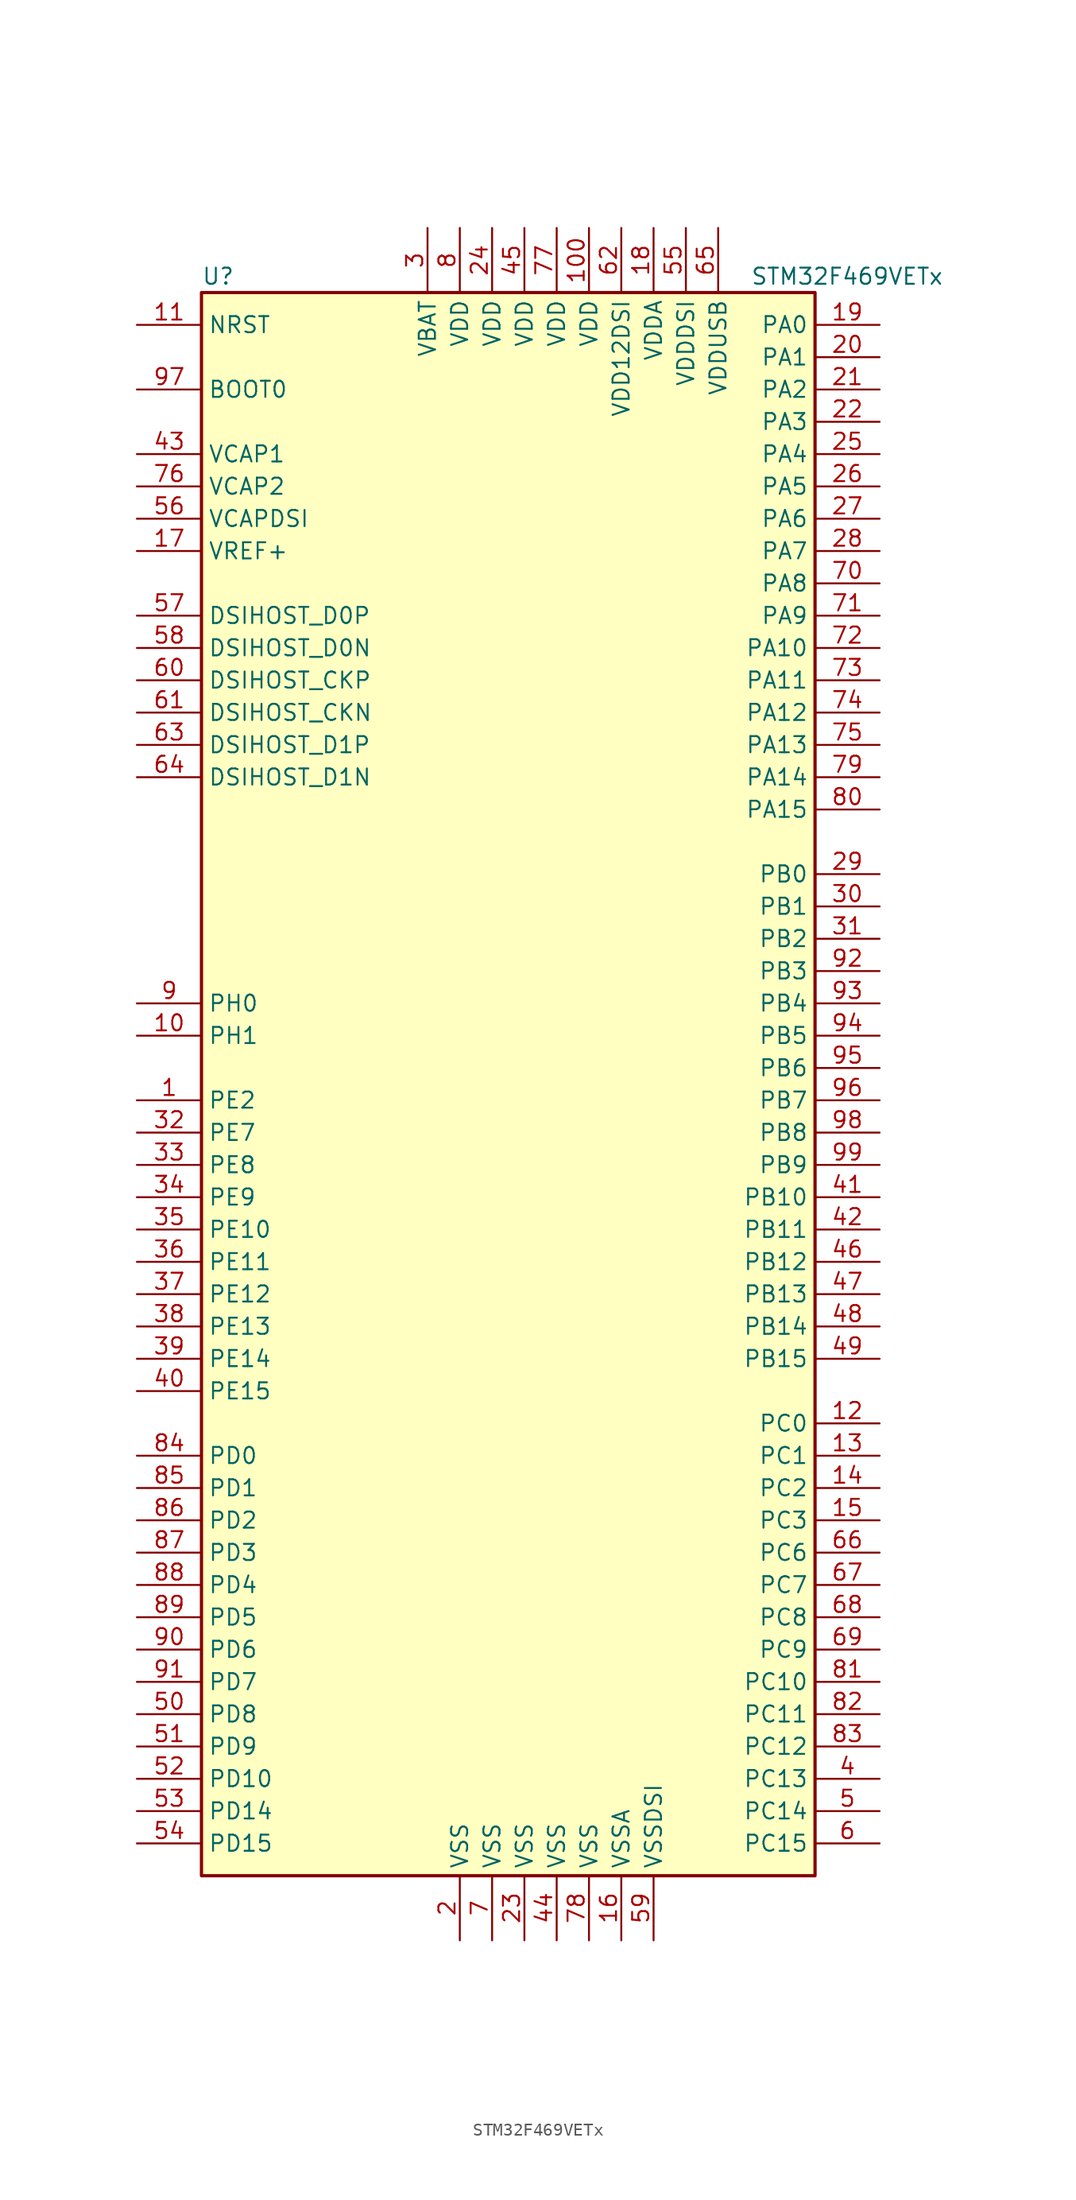
<source format=kicad_sym>
(kicad_symbol_lib
  (version 20201005)
  (generator kicad_symbol_editor)
  (symbol "STM32F469VETx"
    (property "Reference" "U"
      (at -25.4 62.23 0)
      (effects (font (size 1.27 1.27)) (justify left)))
    (property "Value" "STM32F469VETx"
      (at 17.78 62.23 0)
      (effects (font (size 1.27 1.27)) (justify left)))
    (symbol "STM32F469VETx_0_1"
      (rectangle (start -25.4 -63.5) (end 22.86 60.96) (stroke (width 0.254)) (fill (type background))))
    (symbol "STM32F469VETx_1_1"
      (pin input line (at -30.48 53.34 0) (length 5.08) (name "BOOT0" (effects (font (size 1.27 1.27)))) (number "97" (effects (font (size 1.27 1.27)))))
      (pin bidirectional line (at -30.48 27.94 0) (length 5.08) (name "DSIHOST_CKN" (effects (font (size 1.27 1.27)))) (number "61" (effects (font (size 1.27 1.27)))))
      (pin bidirectional line (at -30.48 30.48 0) (length 5.08) (name "DSIHOST_CKP" (effects (font (size 1.27 1.27)))) (number "60" (effects (font (size 1.27 1.27)))))
      (pin bidirectional line (at -30.48 33.02 0) (length 5.08) (name "DSIHOST_D0N" (effects (font (size 1.27 1.27)))) (number "58" (effects (font (size 1.27 1.27)))))
      (pin bidirectional line (at -30.48 35.56 0) (length 5.08) (name "DSIHOST_D0P" (effects (font (size 1.27 1.27)))) (number "57" (effects (font (size 1.27 1.27)))))
      (pin bidirectional line (at -30.48 22.86 0) (length 5.08) (name "DSIHOST_D1N" (effects (font (size 1.27 1.27)))) (number "64" (effects (font (size 1.27 1.27)))))
      (pin bidirectional line (at -30.48 25.4 0) (length 5.08) (name "DSIHOST_D1P" (effects (font (size 1.27 1.27)))) (number "63" (effects (font (size 1.27 1.27)))))
      (pin input line (at -30.48 58.42 0) (length 5.08) (name "NRST" (effects (font (size 1.27 1.27)))) (number "11" (effects (font (size 1.27 1.27)))))
      (pin bidirectional line (at 27.94 58.42 180) (length 5.08) (name "PA0" (effects (font (size 1.27 1.27)))) (number "19" (effects (font (size 1.27 1.27)))))
      (pin bidirectional line (at 27.94 55.88 180) (length 5.08) (name "PA1" (effects (font (size 1.27 1.27)))) (number "20" (effects (font (size 1.27 1.27)))))
      (pin bidirectional line (at 27.94 33.02 180) (length 5.08) (name "PA10" (effects (font (size 1.27 1.27)))) (number "72" (effects (font (size 1.27 1.27)))))
      (pin bidirectional line (at 27.94 30.48 180) (length 5.08) (name "PA11" (effects (font (size 1.27 1.27)))) (number "73" (effects (font (size 1.27 1.27)))))
      (pin bidirectional line (at 27.94 27.94 180) (length 5.08) (name "PA12" (effects (font (size 1.27 1.27)))) (number "74" (effects (font (size 1.27 1.27)))))
      (pin bidirectional line (at 27.94 25.4 180) (length 5.08) (name "PA13" (effects (font (size 1.27 1.27)))) (number "75" (effects (font (size 1.27 1.27)))))
      (pin bidirectional line (at 27.94 22.86 180) (length 5.08) (name "PA14" (effects (font (size 1.27 1.27)))) (number "79" (effects (font (size 1.27 1.27)))))
      (pin bidirectional line (at 27.94 20.32 180) (length 5.08) (name "PA15" (effects (font (size 1.27 1.27)))) (number "80" (effects (font (size 1.27 1.27)))))
      (pin bidirectional line (at 27.94 53.34 180) (length 5.08) (name "PA2" (effects (font (size 1.27 1.27)))) (number "21" (effects (font (size 1.27 1.27)))))
      (pin bidirectional line (at 27.94 50.8 180) (length 5.08) (name "PA3" (effects (font (size 1.27 1.27)))) (number "22" (effects (font (size 1.27 1.27)))))
      (pin bidirectional line (at 27.94 48.26 180) (length 5.08) (name "PA4" (effects (font (size 1.27 1.27)))) (number "25" (effects (font (size 1.27 1.27)))))
      (pin bidirectional line (at 27.94 45.72 180) (length 5.08) (name "PA5" (effects (font (size 1.27 1.27)))) (number "26" (effects (font (size 1.27 1.27)))))
      (pin bidirectional line (at 27.94 43.18 180) (length 5.08) (name "PA6" (effects (font (size 1.27 1.27)))) (number "27" (effects (font (size 1.27 1.27)))))
      (pin bidirectional line (at 27.94 40.64 180) (length 5.08) (name "PA7" (effects (font (size 1.27 1.27)))) (number "28" (effects (font (size 1.27 1.27)))))
      (pin bidirectional line (at 27.94 38.1 180) (length 5.08) (name "PA8" (effects (font (size 1.27 1.27)))) (number "70" (effects (font (size 1.27 1.27)))))
      (pin bidirectional line (at 27.94 35.56 180) (length 5.08) (name "PA9" (effects (font (size 1.27 1.27)))) (number "71" (effects (font (size 1.27 1.27)))))
      (pin bidirectional line (at 27.94 15.24 180) (length 5.08) (name "PB0" (effects (font (size 1.27 1.27)))) (number "29" (effects (font (size 1.27 1.27)))))
      (pin bidirectional line (at 27.94 12.7 180) (length 5.08) (name "PB1" (effects (font (size 1.27 1.27)))) (number "30" (effects (font (size 1.27 1.27)))))
      (pin bidirectional line (at 27.94 -10.16 180) (length 5.08) (name "PB10" (effects (font (size 1.27 1.27)))) (number "41" (effects (font (size 1.27 1.27)))))
      (pin bidirectional line (at 27.94 -12.7 180) (length 5.08) (name "PB11" (effects (font (size 1.27 1.27)))) (number "42" (effects (font (size 1.27 1.27)))))
      (pin bidirectional line (at 27.94 -15.24 180) (length 5.08) (name "PB12" (effects (font (size 1.27 1.27)))) (number "46" (effects (font (size 1.27 1.27)))))
      (pin bidirectional line (at 27.94 -17.78 180) (length 5.08) (name "PB13" (effects (font (size 1.27 1.27)))) (number "47" (effects (font (size 1.27 1.27)))))
      (pin bidirectional line (at 27.94 -20.32 180) (length 5.08) (name "PB14" (effects (font (size 1.27 1.27)))) (number "48" (effects (font (size 1.27 1.27)))))
      (pin bidirectional line (at 27.94 -22.86 180) (length 5.08) (name "PB15" (effects (font (size 1.27 1.27)))) (number "49" (effects (font (size 1.27 1.27)))))
      (pin bidirectional line (at 27.94 10.16 180) (length 5.08) (name "PB2" (effects (font (size 1.27 1.27)))) (number "31" (effects (font (size 1.27 1.27)))))
      (pin bidirectional line (at 27.94 7.62 180) (length 5.08) (name "PB3" (effects (font (size 1.27 1.27)))) (number "92" (effects (font (size 1.27 1.27)))))
      (pin bidirectional line (at 27.94 5.08 180) (length 5.08) (name "PB4" (effects (font (size 1.27 1.27)))) (number "93" (effects (font (size 1.27 1.27)))))
      (pin bidirectional line (at 27.94 2.54 180) (length 5.08) (name "PB5" (effects (font (size 1.27 1.27)))) (number "94" (effects (font (size 1.27 1.27)))))
      (pin bidirectional line (at 27.94 0 180) (length 5.08) (name "PB6" (effects (font (size 1.27 1.27)))) (number "95" (effects (font (size 1.27 1.27)))))
      (pin bidirectional line (at 27.94 -2.54 180) (length 5.08) (name "PB7" (effects (font (size 1.27 1.27)))) (number "96" (effects (font (size 1.27 1.27)))))
      (pin bidirectional line (at 27.94 -5.08 180) (length 5.08) (name "PB8" (effects (font (size 1.27 1.27)))) (number "98" (effects (font (size 1.27 1.27)))))
      (pin bidirectional line (at 27.94 -7.62 180) (length 5.08) (name "PB9" (effects (font (size 1.27 1.27)))) (number "99" (effects (font (size 1.27 1.27)))))
      (pin bidirectional line (at 27.94 -27.94 180) (length 5.08) (name "PC0" (effects (font (size 1.27 1.27)))) (number "12" (effects (font (size 1.27 1.27)))))
      (pin bidirectional line (at 27.94 -30.48 180) (length 5.08) (name "PC1" (effects (font (size 1.27 1.27)))) (number "13" (effects (font (size 1.27 1.27)))))
      (pin bidirectional line (at 27.94 -48.26 180) (length 5.08) (name "PC10" (effects (font (size 1.27 1.27)))) (number "81" (effects (font (size 1.27 1.27)))))
      (pin bidirectional line (at 27.94 -50.8 180) (length 5.08) (name "PC11" (effects (font (size 1.27 1.27)))) (number "82" (effects (font (size 1.27 1.27)))))
      (pin bidirectional line (at 27.94 -53.34 180) (length 5.08) (name "PC12" (effects (font (size 1.27 1.27)))) (number "83" (effects (font (size 1.27 1.27)))))
      (pin bidirectional line (at 27.94 -55.88 180) (length 5.08) (name "PC13" (effects (font (size 1.27 1.27)))) (number "4" (effects (font (size 1.27 1.27)))))
      (pin bidirectional line (at 27.94 -58.42 180) (length 5.08) (name "PC14" (effects (font (size 1.27 1.27)))) (number "5" (effects (font (size 1.27 1.27)))))
      (pin bidirectional line (at 27.94 -60.96 180) (length 5.08) (name "PC15" (effects (font (size 1.27 1.27)))) (number "6" (effects (font (size 1.27 1.27)))))
      (pin bidirectional line (at 27.94 -33.02 180) (length 5.08) (name "PC2" (effects (font (size 1.27 1.27)))) (number "14" (effects (font (size 1.27 1.27)))))
      (pin bidirectional line (at 27.94 -35.56 180) (length 5.08) (name "PC3" (effects (font (size 1.27 1.27)))) (number "15" (effects (font (size 1.27 1.27)))))
      (pin bidirectional line (at 27.94 -38.1 180) (length 5.08) (name "PC6" (effects (font (size 1.27 1.27)))) (number "66" (effects (font (size 1.27 1.27)))))
      (pin bidirectional line (at 27.94 -40.64 180) (length 5.08) (name "PC7" (effects (font (size 1.27 1.27)))) (number "67" (effects (font (size 1.27 1.27)))))
      (pin bidirectional line (at 27.94 -43.18 180) (length 5.08) (name "PC8" (effects (font (size 1.27 1.27)))) (number "68" (effects (font (size 1.27 1.27)))))
      (pin bidirectional line (at 27.94 -45.72 180) (length 5.08) (name "PC9" (effects (font (size 1.27 1.27)))) (number "69" (effects (font (size 1.27 1.27)))))
      (pin bidirectional line (at -30.48 -30.48 0) (length 5.08) (name "PD0" (effects (font (size 1.27 1.27)))) (number "84" (effects (font (size 1.27 1.27)))))
      (pin bidirectional line (at -30.48 -33.02 0) (length 5.08) (name "PD1" (effects (font (size 1.27 1.27)))) (number "85" (effects (font (size 1.27 1.27)))))
      (pin bidirectional line (at -30.48 -55.88 0) (length 5.08) (name "PD10" (effects (font (size 1.27 1.27)))) (number "52" (effects (font (size 1.27 1.27)))))
      (pin bidirectional line (at -30.48 -58.42 0) (length 5.08) (name "PD14" (effects (font (size 1.27 1.27)))) (number "53" (effects (font (size 1.27 1.27)))))
      (pin bidirectional line (at -30.48 -60.96 0) (length 5.08) (name "PD15" (effects (font (size 1.27 1.27)))) (number "54" (effects (font (size 1.27 1.27)))))
      (pin bidirectional line (at -30.48 -35.56 0) (length 5.08) (name "PD2" (effects (font (size 1.27 1.27)))) (number "86" (effects (font (size 1.27 1.27)))))
      (pin bidirectional line (at -30.48 -38.1 0) (length 5.08) (name "PD3" (effects (font (size 1.27 1.27)))) (number "87" (effects (font (size 1.27 1.27)))))
      (pin bidirectional line (at -30.48 -40.64 0) (length 5.08) (name "PD4" (effects (font (size 1.27 1.27)))) (number "88" (effects (font (size 1.27 1.27)))))
      (pin bidirectional line (at -30.48 -43.18 0) (length 5.08) (name "PD5" (effects (font (size 1.27 1.27)))) (number "89" (effects (font (size 1.27 1.27)))))
      (pin bidirectional line (at -30.48 -45.72 0) (length 5.08) (name "PD6" (effects (font (size 1.27 1.27)))) (number "90" (effects (font (size 1.27 1.27)))))
      (pin bidirectional line (at -30.48 -48.26 0) (length 5.08) (name "PD7" (effects (font (size 1.27 1.27)))) (number "91" (effects (font (size 1.27 1.27)))))
      (pin bidirectional line (at -30.48 -50.8 0) (length 5.08) (name "PD8" (effects (font (size 1.27 1.27)))) (number "50" (effects (font (size 1.27 1.27)))))
      (pin bidirectional line (at -30.48 -53.34 0) (length 5.08) (name "PD9" (effects (font (size 1.27 1.27)))) (number "51" (effects (font (size 1.27 1.27)))))
      (pin bidirectional line (at -30.48 -12.7 0) (length 5.08) (name "PE10" (effects (font (size 1.27 1.27)))) (number "35" (effects (font (size 1.27 1.27)))))
      (pin bidirectional line (at -30.48 -15.24 0) (length 5.08) (name "PE11" (effects (font (size 1.27 1.27)))) (number "36" (effects (font (size 1.27 1.27)))))
      (pin bidirectional line (at -30.48 -17.78 0) (length 5.08) (name "PE12" (effects (font (size 1.27 1.27)))) (number "37" (effects (font (size 1.27 1.27)))))
      (pin bidirectional line (at -30.48 -20.32 0) (length 5.08) (name "PE13" (effects (font (size 1.27 1.27)))) (number "38" (effects (font (size 1.27 1.27)))))
      (pin bidirectional line (at -30.48 -22.86 0) (length 5.08) (name "PE14" (effects (font (size 1.27 1.27)))) (number "39" (effects (font (size 1.27 1.27)))))
      (pin bidirectional line (at -30.48 -25.4 0) (length 5.08) (name "PE15" (effects (font (size 1.27 1.27)))) (number "40" (effects (font (size 1.27 1.27)))))
      (pin bidirectional line (at -30.48 -2.54 0) (length 5.08) (name "PE2" (effects (font (size 1.27 1.27)))) (number "1" (effects (font (size 1.27 1.27)))))
      (pin bidirectional line (at -30.48 -5.08 0) (length 5.08) (name "PE7" (effects (font (size 1.27 1.27)))) (number "32" (effects (font (size 1.27 1.27)))))
      (pin bidirectional line (at -30.48 -7.62 0) (length 5.08) (name "PE8" (effects (font (size 1.27 1.27)))) (number "33" (effects (font (size 1.27 1.27)))))
      (pin bidirectional line (at -30.48 -10.16 0) (length 5.08) (name "PE9" (effects (font (size 1.27 1.27)))) (number "34" (effects (font (size 1.27 1.27)))))
      (pin input line (at -30.48 5.08 0) (length 5.08) (name "PH0" (effects (font (size 1.27 1.27)))) (number "9" (effects (font (size 1.27 1.27)))))
      (pin input line (at -30.48 2.54 0) (length 5.08) (name "PH1" (effects (font (size 1.27 1.27)))) (number "10" (effects (font (size 1.27 1.27)))))
      (pin power_in line (at -7.62 66.04 270) (length 5.08) (name "VBAT" (effects (font (size 1.27 1.27)))) (number "3" (effects (font (size 1.27 1.27)))))
      (pin power_in line (at -30.48 48.26 0) (length 5.08) (name "VCAP1" (effects (font (size 1.27 1.27)))) (number "43" (effects (font (size 1.27 1.27)))))
      (pin power_in line (at -30.48 45.72 0) (length 5.08) (name "VCAP2" (effects (font (size 1.27 1.27)))) (number "76" (effects (font (size 1.27 1.27)))))
      (pin power_in line (at -30.48 43.18 0) (length 5.08) (name "VCAPDSI" (effects (font (size 1.27 1.27)))) (number "56" (effects (font (size 1.27 1.27)))))
      (pin power_in line (at 5.08 66.04 270) (length 5.08) (name "VDD" (effects (font (size 1.27 1.27)))) (number "100" (effects (font (size 1.27 1.27)))))
      (pin power_in line (at -2.54 66.04 270) (length 5.08) (name "VDD" (effects (font (size 1.27 1.27)))) (number "24" (effects (font (size 1.27 1.27)))))
      (pin power_in line (at 0 66.04 270) (length 5.08) (name "VDD" (effects (font (size 1.27 1.27)))) (number "45" (effects (font (size 1.27 1.27)))))
      (pin power_in line (at 2.54 66.04 270) (length 5.08) (name "VDD" (effects (font (size 1.27 1.27)))) (number "77" (effects (font (size 1.27 1.27)))))
      (pin power_in line (at -5.08 66.04 270) (length 5.08) (name "VDD" (effects (font (size 1.27 1.27)))) (number "8" (effects (font (size 1.27 1.27)))))
      (pin power_in line (at 7.62 66.04 270) (length 5.08) (name "VDD12DSI" (effects (font (size 1.27 1.27)))) (number "62" (effects (font (size 1.27 1.27)))))
      (pin power_in line (at 10.16 66.04 270) (length 5.08) (name "VDDA" (effects (font (size 1.27 1.27)))) (number "18" (effects (font (size 1.27 1.27)))))
      (pin power_in line (at 12.7 66.04 270) (length 5.08) (name "VDDDSI" (effects (font (size 1.27 1.27)))) (number "55" (effects (font (size 1.27 1.27)))))
      (pin power_in line (at 15.24 66.04 270) (length 5.08) (name "VDDUSB" (effects (font (size 1.27 1.27)))) (number "65" (effects (font (size 1.27 1.27)))))
      (pin power_in line (at -30.48 40.64 0) (length 5.08) (name "VREF+" (effects (font (size 1.27 1.27)))) (number "17" (effects (font (size 1.27 1.27)))))
      (pin power_in line (at -5.08 -68.58 90) (length 5.08) (name "VSS" (effects (font (size 1.27 1.27)))) (number "2" (effects (font (size 1.27 1.27)))))
      (pin power_in line (at 0 -68.58 90) (length 5.08) (name "VSS" (effects (font (size 1.27 1.27)))) (number "23" (effects (font (size 1.27 1.27)))))
      (pin power_in line (at 2.54 -68.58 90) (length 5.08) (name "VSS" (effects (font (size 1.27 1.27)))) (number "44" (effects (font (size 1.27 1.27)))))
      (pin power_in line (at -2.54 -68.58 90) (length 5.08) (name "VSS" (effects (font (size 1.27 1.27)))) (number "7" (effects (font (size 1.27 1.27)))))
      (pin power_in line (at 5.08 -68.58 90) (length 5.08) (name "VSS" (effects (font (size 1.27 1.27)))) (number "78" (effects (font (size 1.27 1.27)))))
      (pin power_in line (at 7.62 -68.58 90) (length 5.08) (name "VSSA" (effects (font (size 1.27 1.27)))) (number "16" (effects (font (size 1.27 1.27)))))
      (pin power_in line (at 10.16 -68.58 90) (length 5.08) (name "VSSDSI" (effects (font (size 1.27 1.27)))) (number "59" (effects (font (size 1.27 1.27))))))))
</source>
